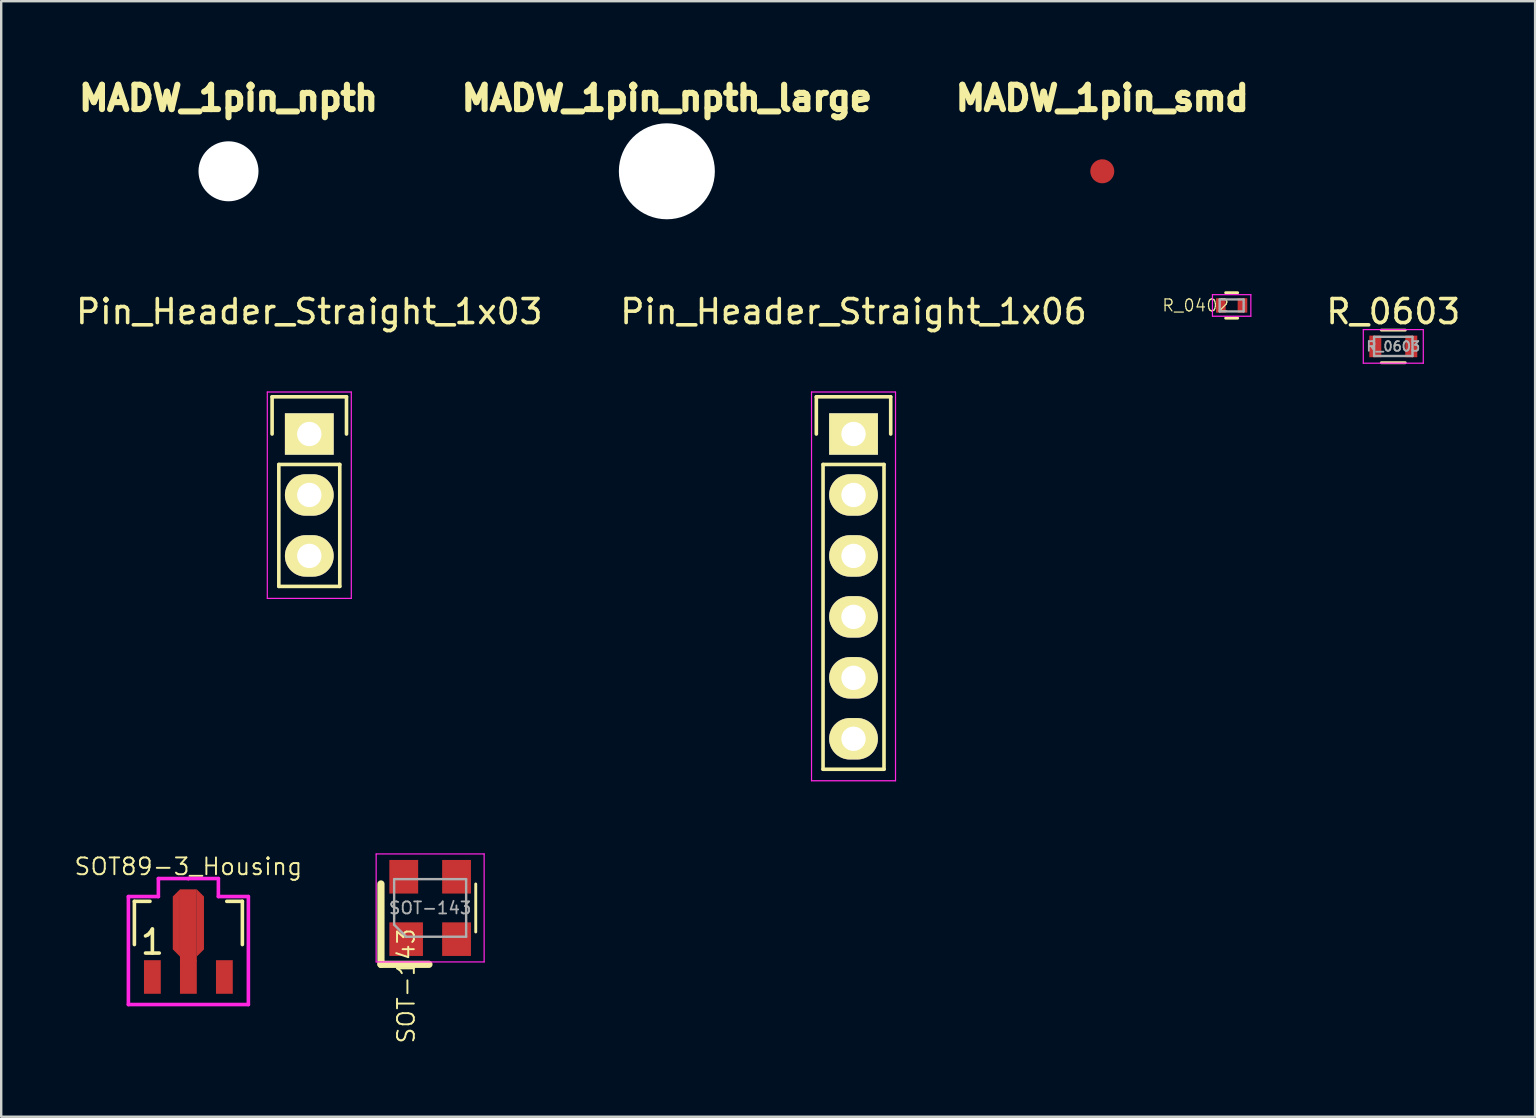
<source format=kicad_pcb>
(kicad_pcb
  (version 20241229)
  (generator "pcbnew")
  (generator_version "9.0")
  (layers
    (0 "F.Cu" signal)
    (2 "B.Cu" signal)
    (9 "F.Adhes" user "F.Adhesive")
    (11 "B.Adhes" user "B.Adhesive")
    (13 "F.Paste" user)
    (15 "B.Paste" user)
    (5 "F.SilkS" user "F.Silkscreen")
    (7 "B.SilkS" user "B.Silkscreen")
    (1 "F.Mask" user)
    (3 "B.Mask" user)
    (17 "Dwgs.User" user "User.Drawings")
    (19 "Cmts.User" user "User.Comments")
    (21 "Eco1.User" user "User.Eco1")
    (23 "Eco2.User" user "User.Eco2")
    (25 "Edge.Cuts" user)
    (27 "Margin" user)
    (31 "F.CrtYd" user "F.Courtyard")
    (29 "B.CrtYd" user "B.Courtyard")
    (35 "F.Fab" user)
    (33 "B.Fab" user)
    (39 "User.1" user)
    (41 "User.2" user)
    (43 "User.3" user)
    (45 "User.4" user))
  (footprint "Pin_Header_Straight_1x03"
    (layer "F.Cu")
    (at 9.839 15.036)
    (property "Reference" "Pin_Header_Straight_1x03" (at 0 -5.1 0) (layer "F.SilkS") (effects (font (size 1 1) (thickness 0.15))))
    (attr through_hole)
    (fp_line (start -1.55 -1.55) (end 1.55 -1.55) (stroke (width 0.15) (type solid)) (layer "F.SilkS"))
    (fp_line (start -1.55 0) (end -1.55 -1.55) (stroke (width 0.15) (type solid)) (layer "F.SilkS"))
    (fp_line (start -1.27 1.27) (end -1.27 6.35) (stroke (width 0.15) (type solid)) (layer "F.SilkS"))
    (fp_line (start -1.27 6.35) (end 1.27 6.35) (stroke (width 0.15) (type solid)) (layer "F.SilkS"))
    (fp_line (start 1.27 1.27) (end -1.27 1.27) (stroke (width 0.15) (type solid)) (layer "F.SilkS"))
    (fp_line (start 1.27 6.35) (end 1.27 1.27) (stroke (width 0.15) (type solid)) (layer "F.SilkS"))
    (fp_line (start 1.55 -1.55) (end 1.55 0) (stroke (width 0.15) (type solid)) (layer "F.SilkS"))
    (fp_line (start -1.75 -1.75) (end -1.75 6.85) (stroke (width 0.05) (type solid)) (layer "F.CrtYd"))
    (fp_line (start -1.75 -1.75) (end 1.75 -1.75) (stroke (width 0.05) (type solid)) (layer "F.CrtYd"))
    (fp_line (start -1.75 6.85) (end 1.75 6.85) (stroke (width 0.05) (type solid)) (layer "F.CrtYd"))
    (fp_line (start 1.75 -1.75) (end 1.75 6.85) (stroke (width 0.05) (type solid)) (layer "F.CrtYd"))
    (pad "1" thru_hole rect (at 0 0) (size 2.032 1.727) (drill 1.016) (layers "*.Cu" "*.Mask" "F.SilkS"))
    (pad "2" thru_hole oval (at 0 2.54) (size 2.032 1.727) (drill 1.016) (layers "*.Cu" "*.Mask" "F.SilkS"))
    (pad "3" thru_hole oval (at 0 5.08) (size 2.032 1.727) (drill 1.016) (layers "*.Cu" "*.Mask" "F.SilkS")))
  (footprint "MADW_1pin_npth_large"
    (layer "F.Cu")
    (at 24.739 4.088)
    (property "Reference" "MADW_1pin_npth_large" (at 0 -3.048 0) (layer "F.SilkS") (effects (font (size 1.016 1.016) (thickness 0.254))))
    (attr through_hole)
    (pad "" np_thru_hole circle (at 0 0) (size 4 4) (drill 4) (layers "*.Cu")))
  (footprint "MADW_1pin_smd"
    (layer "F.Cu")
    (at 42.884 4.088)
    (property "Reference" "MADW_1pin_smd" (at 0 -3.048 0) (layer "F.SilkS") (effects (font (size 1.016 1.016) (thickness 0.254))))
    (attr through_hole)
    (pad "" smd circle (at 0 0) (size 1 1) (layers "F.Cu" "F.Mask")))
  (footprint "R_0402"
    (layer "F.Cu")
    (at 48.275 9.678)
    (property "Reference" "R_0402" (at -1.5 0 0) (layer "F.SilkS") (effects (font (size 0.5 0.5) (thickness 0.05))))
    (attr smd)
    (fp_line (start -0.25 0.53) (end 0.25 0.53) (stroke (width 0.12) (type solid)) (layer "F.SilkS"))
    (fp_line (start 0.25 -0.53) (end -0.25 -0.53) (stroke (width 0.12) (type solid)) (layer "F.SilkS"))
    (fp_line (start -0.8 -0.45) (end -0.8 0.45) (stroke (width 0.05) (type solid)) (layer "F.CrtYd"))
    (fp_line (start -0.8 -0.45) (end 0.8 -0.45) (stroke (width 0.05) (type solid)) (layer "F.CrtYd"))
    (fp_line (start 0.8 0.45) (end -0.8 0.45) (stroke (width 0.05) (type solid)) (layer "F.CrtYd"))
    (fp_line (start 0.8 0.45) (end 0.8 -0.45) (stroke (width 0.05) (type solid)) (layer "F.CrtYd"))
    (fp_line (start -0.5 -0.25) (end 0.5 -0.25) (stroke (width 0.1) (type solid)) (layer "F.Fab"))
    (fp_line (start -0.5 0.25) (end -0.5 -0.25) (stroke (width 0.1) (type solid)) (layer "F.Fab"))
    (fp_line (start 0.5 -0.25) (end 0.5 0.25) (stroke (width 0.1) (type solid)) (layer "F.Fab"))
    (fp_line (start 0.5 0.25) (end -0.5 0.25) (stroke (width 0.1) (type solid)) (layer "F.Fab"))
    (pad "1" smd rect (at -0.45 0) (size 0.4 0.6) (layers "F.Cu" "F.Mask" "F.Paste"))
    (pad "2" smd rect (at 0.45 0) (size 0.4 0.6) (layers "F.Cu" "F.Mask" "F.Paste")))
  (footprint "SOT89-3_Housing"
    (layer "F.Cu")
    (at 4.8 35.811)
    (property "Reference" "SOT89-3_Housing" (at 0 -2.75 0) (layer "F.SilkS") (effects (font (size 0.7 0.7) (thickness 0.08))))
    (attr smd)
    (fp_line (start -2.25 -1.3) (end -2.25 0.5) (stroke (width 0.15) (type solid)) (layer "F.SilkS"))
    (fp_line (start -2.25 -1.3) (end -1.6 -1.3) (stroke (width 0.15) (type solid)) (layer "F.SilkS"))
    (fp_line (start 2.25 -1.3) (end 1.6 -1.3) (stroke (width 0.15) (type solid)) (layer "F.SilkS"))
    (fp_line (start 2.25 -1.3) (end 2.25 0.5) (stroke (width 0.15) (type solid)) (layer "F.SilkS"))
    (fp_line (start -2.5 -1.5) (end -2.5 3) (stroke (width 0.15) (type solid)) (layer "F.CrtYd"))
    (fp_line (start -2.5 3) (end 2.5 3) (stroke (width 0.15) (type solid)) (layer "F.CrtYd"))
    (fp_line (start -1.25 -2.25) (end -1.25 -1.5) (stroke (width 0.15) (type solid)) (layer "F.CrtYd"))
    (fp_line (start -1.25 -1.5) (end -2.5 -1.5) (stroke (width 0.15) (type solid)) (layer "F.CrtYd"))
    (fp_line (start 0 -2.25) (end -1.25 -2.25) (stroke (width 0.15) (type solid)) (layer "F.CrtYd"))
    (fp_line (start 0 -2.25) (end 0 -2.25) (stroke (width 0.15) (type solid)) (layer "F.CrtYd"))
    (fp_line (start 1.25 -2.25) (end 0 -2.25) (stroke (width 0.15) (type solid)) (layer "F.CrtYd"))
    (fp_line (start 1.25 -1.5) (end 1.25 -2.25) (stroke (width 0.15) (type solid)) (layer "F.CrtYd"))
    (fp_line (start 2.5 -1.5) (end 1.25 -1.5) (stroke (width 0.15) (type solid)) (layer "F.CrtYd"))
    (fp_line (start 2.5 3) (end 2.5 -1.5) (stroke (width 0.15) (type solid)) (layer "F.CrtYd"))
    (fp_text user "1" (at -1.5 0.4 0) (layer "F.SilkS") (effects (font (size 1 1) (thickness 0.15))))
    (pad "1" smd rect (at -1.5 1.852) (size 0.7 1.4) (layers "F.Cu" "F.Mask" "F.Paste"))
    (pad "2" smd trapezoid (at -0.5 -0.4 180) (size 0.3 2.5) (rect_delta 0.3 0) (layers "F.Cu" "F.Mask" "F.Paste"))
    (pad "2" smd rect (at 0 -0.3) (size 0.7 3) (layers "F.Cu" "F.Mask" "F.Paste"))
    (pad "2" smd rect (at 0 1.852) (size 0.7 1.4) (layers "F.Cu" "F.Mask" "F.Paste"))
    (pad "2" smd trapezoid (at 0.5 -0.4 180) (size 0.3 2.5) (rect_delta -0.3 0) (layers "F.Cu" "F.Mask" "F.Paste"))
    (pad "3" smd rect (at 1.5 1.852) (size 0.7 1.4) (layers "F.Cu" "F.Mask" "F.Paste")))
  (footprint "R_0603"
    (layer "F.Cu")
    (at 55.011 11.386)
    (property "Reference" "R_0603" (at 0 -1.45 0) (layer "F.SilkS") (effects (font (size 1 1) (thickness 0.15))))
    (attr smd)
    (fp_line (start -0.5 -0.68) (end 0.5 -0.68) (stroke (width 0.12) (type solid)) (layer "F.SilkS"))
    (fp_line (start 0.5 0.68) (end -0.5 0.68) (stroke (width 0.12) (type solid)) (layer "F.SilkS"))
    (fp_line (start -1.25 -0.7) (end -1.25 0.7) (stroke (width 0.05) (type solid)) (layer "F.CrtYd"))
    (fp_line (start -1.25 -0.7) (end 1.25 -0.7) (stroke (width 0.05) (type solid)) (layer "F.CrtYd"))
    (fp_line (start 1.25 0.7) (end -1.25 0.7) (stroke (width 0.05) (type solid)) (layer "F.CrtYd"))
    (fp_line (start 1.25 0.7) (end 1.25 -0.7) (stroke (width 0.05) (type solid)) (layer "F.CrtYd"))
    (fp_line (start -0.8 -0.4) (end 0.8 -0.4) (stroke (width 0.1) (type solid)) (layer "F.Fab"))
    (fp_line (start -0.8 0.4) (end -0.8 -0.4) (stroke (width 0.1) (type solid)) (layer "F.Fab"))
    (fp_line (start 0.8 -0.4) (end 0.8 0.4) (stroke (width 0.1) (type solid)) (layer "F.Fab"))
    (fp_line (start 0.8 0.4) (end -0.8 0.4) (stroke (width 0.1) (type solid)) (layer "F.Fab"))
    (fp_text user "${REFERENCE}" (at 0 0 0) (layer "F.Fab") (effects (font (size 0.4 0.4) (thickness 0.075))))
    (pad "1" smd rect (at -0.75 0) (size 0.5 0.9) (layers "F.Cu" "F.Mask" "F.Paste"))
    (pad "2" smd rect (at 0.75 0) (size 0.5 0.9) (layers "F.Cu" "F.Mask" "F.Paste")))
  (footprint "Pin_Header_Straight_1x06"
    (layer "F.Cu")
    (at 32.518 15.036)
    (property "Reference" "Pin_Header_Straight_1x06" (at 0 -5.1 0) (layer "F.SilkS") (effects (font (size 1 1) (thickness 0.15))))
    (attr through_hole)
    (fp_line (start -1.55 -1.55) (end 1.55 -1.55) (stroke (width 0.15) (type solid)) (layer "F.SilkS"))
    (fp_line (start -1.55 0) (end -1.55 -1.55) (stroke (width 0.15) (type solid)) (layer "F.SilkS"))
    (fp_line (start -1.27 13.97) (end -1.27 1.27) (stroke (width 0.15) (type solid)) (layer "F.SilkS"))
    (fp_line (start 1.27 1.27) (end -1.27 1.27) (stroke (width 0.15) (type solid)) (layer "F.SilkS"))
    (fp_line (start 1.27 1.27) (end 1.27 13.97) (stroke (width 0.15) (type solid)) (layer "F.SilkS"))
    (fp_line (start 1.27 13.97) (end -1.27 13.97) (stroke (width 0.15) (type solid)) (layer "F.SilkS"))
    (fp_line (start 1.55 -1.55) (end 1.55 0) (stroke (width 0.15) (type solid)) (layer "F.SilkS"))
    (fp_line (start -1.75 -1.75) (end -1.75 14.45) (stroke (width 0.05) (type solid)) (layer "F.CrtYd"))
    (fp_line (start -1.75 -1.75) (end 1.75 -1.75) (stroke (width 0.05) (type solid)) (layer "F.CrtYd"))
    (fp_line (start -1.75 14.45) (end 1.75 14.45) (stroke (width 0.05) (type solid)) (layer "F.CrtYd"))
    (fp_line (start 1.75 -1.75) (end 1.75 14.45) (stroke (width 0.05) (type solid)) (layer "F.CrtYd"))
    (pad "1" thru_hole rect (at 0 0) (size 2.032 1.727) (drill 1.016) (layers "*.Cu" "*.Mask" "F.SilkS"))
    (pad "2" thru_hole oval (at 0 2.54) (size 2.032 1.727) (drill 1.016) (layers "*.Cu" "*.Mask" "F.SilkS"))
    (pad "3" thru_hole oval (at 0 5.08) (size 2.032 1.727) (drill 1.016) (layers "*.Cu" "*.Mask" "F.SilkS"))
    (pad "4" thru_hole oval (at 0 7.62) (size 2.032 1.727) (drill 1.016) (layers "*.Cu" "*.Mask" "F.SilkS"))
    (pad "5" thru_hole oval (at 0 10.16) (size 2.032 1.727) (drill 1.016) (layers "*.Cu" "*.Mask" "F.SilkS"))
    (pad "6" thru_hole oval (at 0 12.7) (size 2.032 1.727) (drill 1.016) (layers "*.Cu" "*.Mask" "F.SilkS")))
  (footprint "MADW_1pin_npth"
    (layer "F.Cu")
    (at 6.472 4.088)
    (property "Reference" "MADW_1pin_npth" (at 0 -3.048 0) (layer "F.SilkS") (effects (font (size 1.016 1.016) (thickness 0.254))))
    (attr through_hole)
    (pad "" np_thru_hole circle (at 0 0) (size 2.5 2.5) (drill 2.5) (layers "*.Cu" "F.Paste")))
  (footprint "SOT-143"
    (layer "F.Cu")
    (at 14.875 34.786)
    (property "Reference" "SOT-143" (at -1 3.25 90) (layer "F.SilkS") (effects (font (size 0.7 0.7) (thickness 0.08))))
    (attr smd)
    (fp_line (start -2.05 -1) (end -2.05 2.35) (stroke (width 0.3) (type solid)) (layer "F.SilkS"))
    (fp_line (start -2.05 2.35) (end -0.05 2.35) (stroke (width 0.3) (type solid)) (layer "F.SilkS"))
    (fp_line (start 1.9 1) (end 1.9 -1) (stroke (width 0.12) (type solid)) (layer "F.SilkS"))
    (fp_line (start -2.25 -2.25) (end -2.25 2.25) (stroke (width 0.05) (type solid)) (layer "F.CrtYd"))
    (fp_line (start -2.25 -2.25) (end 2.25 -2.25) (stroke (width 0.05) (type solid)) (layer "F.CrtYd"))
    (fp_line (start 2.25 2.25) (end -2.25 2.25) (stroke (width 0.05) (type solid)) (layer "F.CrtYd"))
    (fp_line (start 2.25 2.25) (end 2.25 -2.25) (stroke (width 0.05) (type solid)) (layer "F.CrtYd"))
    (fp_line (start -1.5 -1.2) (end 1.5 -1.2) (stroke (width 0.1) (type solid)) (layer "F.Fab"))
    (fp_line (start -1.5 0.7) (end -1.5 -1.2) (stroke (width 0.1) (type solid)) (layer "F.Fab"))
    (fp_line (start -1 1.2) (end -1.5 0.7) (stroke (width 0.1) (type solid)) (layer "F.Fab"))
    (fp_line (start 1.5 -1.2) (end 1.5 1.2) (stroke (width 0.1) (type solid)) (layer "F.Fab"))
    (fp_line (start 1.5 1.2) (end -1 1.2) (stroke (width 0.1) (type solid)) (layer "F.Fab"))
    (fp_text user "${REFERENCE}" (at 0 0 180) (layer "F.Fab") (effects (font (size 0.5 0.5) (thickness 0.075))))
    (pad "1" smd rect (at -1 1.3) (size 1.4 1.4) (layers "F.Cu" "F.Mask" "F.Paste"))
    (pad "2" smd rect (at 1.1 1.3) (size 1.2 1.4) (layers "F.Cu" "F.Mask" "F.Paste"))
    (pad "3" smd rect (at 1.1 -1.3) (size 1.2 1.4) (layers "F.Cu" "F.Mask" "F.Paste"))
    (pad "4" smd rect (at -1.1 -1.3) (size 1.2 1.4) (layers "F.Cu" "F.Mask" "F.Paste")))
  (gr_rect
    (start -3 -3)
    (end 60.921 43.486)
    (stroke (width 0.1) (type default))
    (fill no)
    (layer "Edge.Cuts")))
</source>
